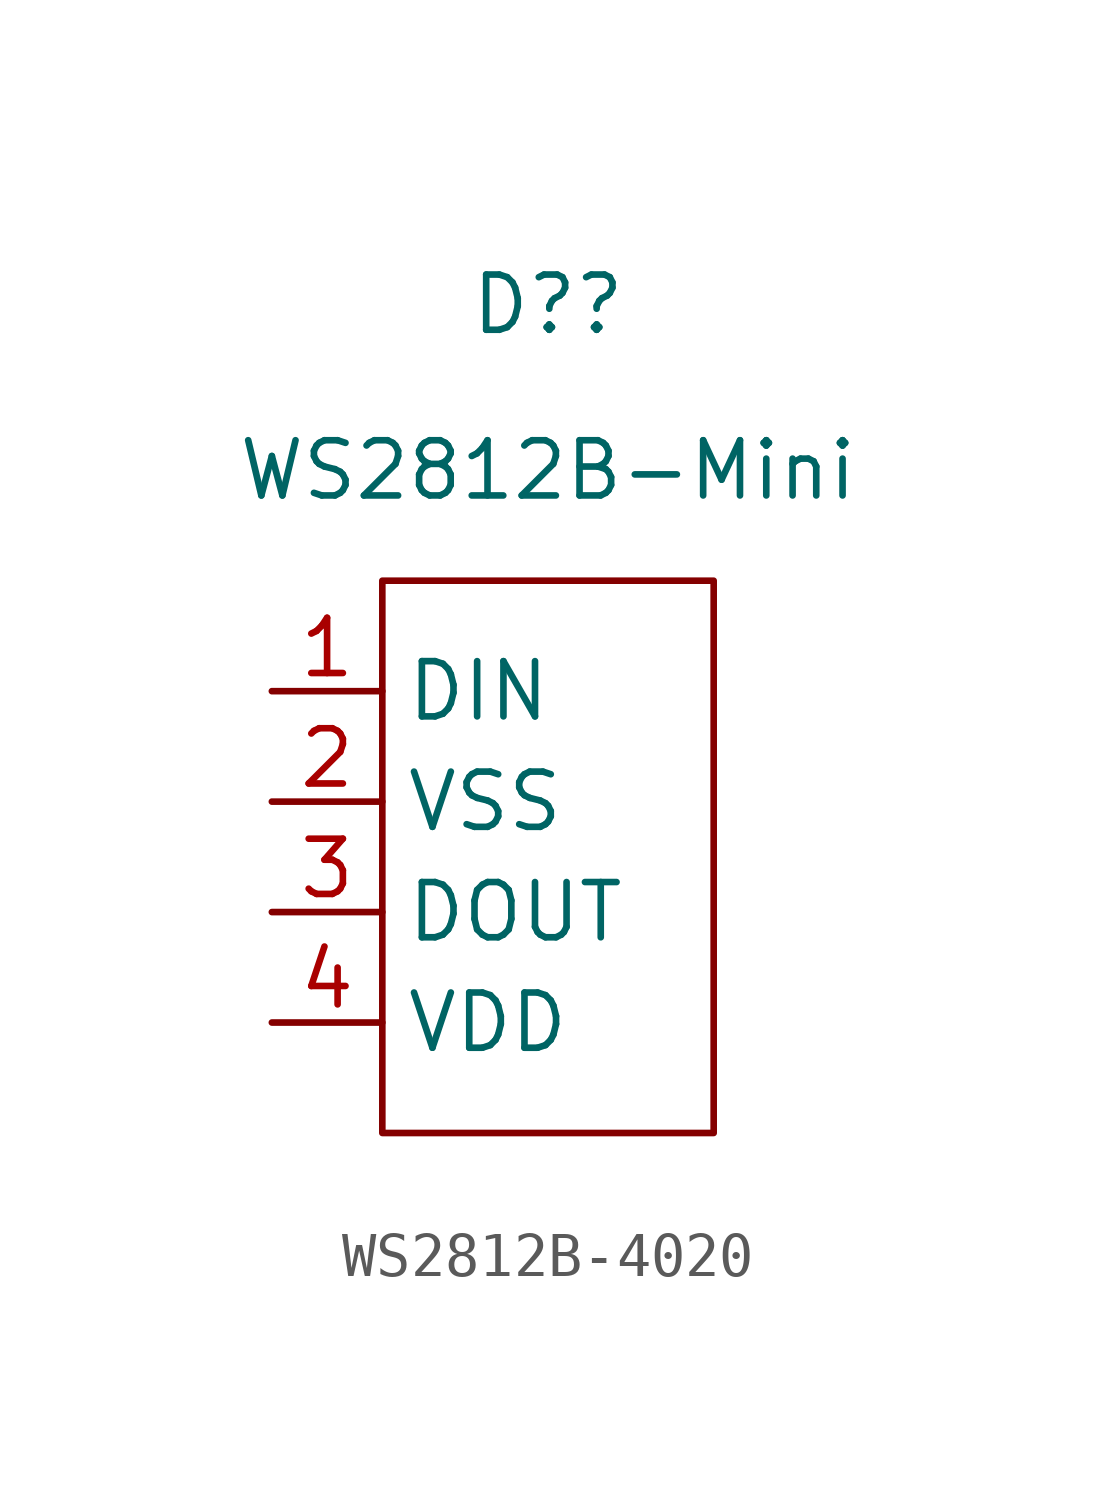
<source format=kicad_sym>
(kicad_symbol_lib
  (version 20211014)
  (generator kicad_symbol_editor)
  (symbol "WS2812B-4020"
    (property "Reference" "D?"
      (at 2.54 3.81 0)
      (effects (font (size 1.27 1.27))))
    (property "Value" "WS2812B-Mini"
      (at 2.54 0 0)
      (effects (font (size 1.27 1.27))))
    (symbol "WS2812B-4020_0_1"
      (rectangle (start -1.27 -2.54) (end 6.35 -15.24) (stroke (width 0) (type default) (color 0 0 0 0)) (fill (type none))))
    (symbol "WS2812B-4020_1_1"
      (pin input line (at -3.81 -5.08 0) (length 2.54) (name "DIN" (effects (font (size 1.27 1.27)))) (number "1" (effects (font (size 1.27 1.27)))))
      (pin unspecified line (at -3.81 -7.62 0) (length 2.54) (name "VSS" (effects (font (size 1.27 1.27)))) (number "2" (effects (font (size 1.27 1.27)))))
      (pin output line (at -3.81 -10.16 0) (length 2.54) (name "DOUT" (effects (font (size 1.27 1.27)))) (number "3" (effects (font (size 1.27 1.27)))))
      (pin power_in line (at -3.81 -12.7 0) (length 2.54) (name "VDD" (effects (font (size 1.27 1.27)))) (number "4" (effects (font (size 1.27 1.27))))))))
</source>
